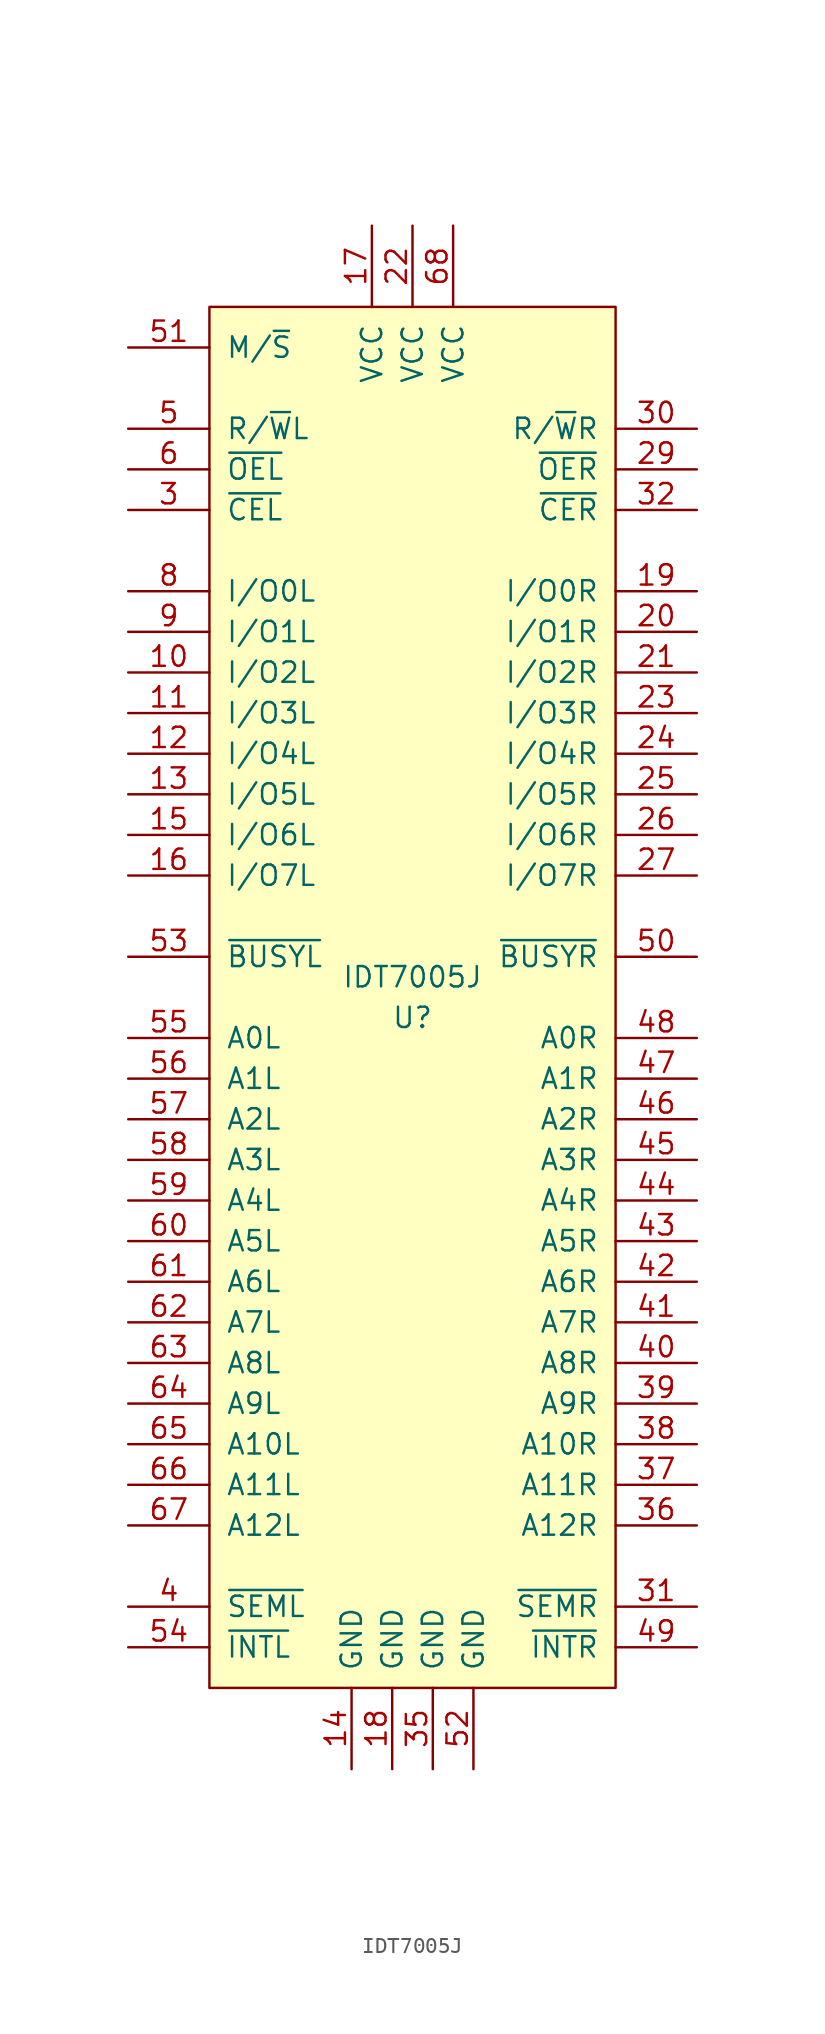
<source format=kicad_sym>
(kicad_symbol_lib
  (version 20231120)
  (generator "kicad_symbol_editor")
  (generator_version "8.0")
  (symbol "IDT7005J"
    (pin_names
      (offset 1.016))
    (property "Reference" "U"
      (at 0 -1.27 0)
      (effects (font (size 1.27 1.27))))
    (property "Value" "IDT7005J"
      (at 0 1.27 0)
      (effects (font (size 1.27 1.27))))
    (symbol "IDT7005J_0_1"
      (rectangle (start -12.7 43.18) (end 12.7 -43.18) (stroke (width 0) (type solid)) (fill (type background))))
    (symbol "IDT7005J_1_1"
      (pin bidirectional line (at -17.78 20.32 0) (length 5.08) (name "I/O2L" (effects (font (size 1.27 1.27)))) (number "10" (effects (font (size 1.27 1.27)))))
      (pin bidirectional line (at -17.78 17.78 0) (length 5.08) (name "I/O3L" (effects (font (size 1.27 1.27)))) (number "11" (effects (font (size 1.27 1.27)))))
      (pin bidirectional line (at -17.78 15.24 0) (length 5.08) (name "I/O4L" (effects (font (size 1.27 1.27)))) (number "12" (effects (font (size 1.27 1.27)))))
      (pin bidirectional line (at -17.78 12.7 0) (length 5.08) (name "I/O5L" (effects (font (size 1.27 1.27)))) (number "13" (effects (font (size 1.27 1.27)))))
      (pin power_in line (at -3.81 -48.26 90) (length 5.08) (name "GND" (effects (font (size 1.27 1.27)))) (number "14" (effects (font (size 1.27 1.27)))))
      (pin bidirectional line (at -17.78 10.16 0) (length 5.08) (name "I/O6L" (effects (font (size 1.27 1.27)))) (number "15" (effects (font (size 1.27 1.27)))))
      (pin bidirectional line (at -17.78 7.62 0) (length 5.08) (name "I/O7L" (effects (font (size 1.27 1.27)))) (number "16" (effects (font (size 1.27 1.27)))))
      (pin power_in line (at -2.54 48.26 270) (length 5.08) (name "VCC" (effects (font (size 1.27 1.27)))) (number "17" (effects (font (size 1.27 1.27)))))
      (pin power_in line (at -1.27 -48.26 90) (length 5.08) (name "GND" (effects (font (size 1.27 1.27)))) (number "18" (effects (font (size 1.27 1.27)))))
      (pin bidirectional line (at 17.78 25.4 180) (length 5.08) (name "I/O0R" (effects (font (size 1.27 1.27)))) (number "19" (effects (font (size 1.27 1.27)))))
      (pin bidirectional line (at 17.78 22.86 180) (length 5.08) (name "I/O1R" (effects (font (size 1.27 1.27)))) (number "20" (effects (font (size 1.27 1.27)))))
      (pin bidirectional line (at 17.78 20.32 180) (length 5.08) (name "I/O2R" (effects (font (size 1.27 1.27)))) (number "21" (effects (font (size 1.27 1.27)))))
      (pin power_in line (at 0 48.26 270) (length 5.08) (name "VCC" (effects (font (size 1.27 1.27)))) (number "22" (effects (font (size 1.27 1.27)))))
      (pin bidirectional line (at 17.78 17.78 180) (length 5.08) (name "I/O3R" (effects (font (size 1.27 1.27)))) (number "23" (effects (font (size 1.27 1.27)))))
      (pin bidirectional line (at 17.78 15.24 180) (length 5.08) (name "I/O4R" (effects (font (size 1.27 1.27)))) (number "24" (effects (font (size 1.27 1.27)))))
      (pin bidirectional line (at 17.78 12.7 180) (length 5.08) (name "I/O5R" (effects (font (size 1.27 1.27)))) (number "25" (effects (font (size 1.27 1.27)))))
      (pin bidirectional line (at 17.78 10.16 180) (length 5.08) (name "I/O6R" (effects (font (size 1.27 1.27)))) (number "26" (effects (font (size 1.27 1.27)))))
      (pin bidirectional line (at 17.78 7.62 180) (length 5.08) (name "I/O7R" (effects (font (size 1.27 1.27)))) (number "27" (effects (font (size 1.27 1.27)))))
      (pin input line (at 17.78 33.02 180) (length 5.08) (name "~{OER}" (effects (font (size 1.27 1.27)))) (number "29" (effects (font (size 1.27 1.27)))))
      (pin input line (at -17.78 30.48 0) (length 5.08) (name "~{CEL}" (effects (font (size 1.27 1.27)))) (number "3" (effects (font (size 1.27 1.27)))))
      (pin input line (at 17.78 35.56 180) (length 5.08) (name "R/~{W}R" (effects (font (size 1.27 1.27)))) (number "30" (effects (font (size 1.27 1.27)))))
      (pin input line (at 17.78 -38.1 180) (length 5.08) (name "~{SEMR}" (effects (font (size 1.27 1.27)))) (number "31" (effects (font (size 1.27 1.27)))))
      (pin input line (at 17.78 30.48 180) (length 5.08) (name "~{CER}" (effects (font (size 1.27 1.27)))) (number "32" (effects (font (size 1.27 1.27)))))
      (pin power_in line (at 1.27 -48.26 90) (length 5.08) (name "GND" (effects (font (size 1.27 1.27)))) (number "35" (effects (font (size 1.27 1.27)))))
      (pin input line (at 17.78 -33.02 180) (length 5.08) (name "A12R" (effects (font (size 1.27 1.27)))) (number "36" (effects (font (size 1.27 1.27)))))
      (pin input line (at 17.78 -30.48 180) (length 5.08) (name "A11R" (effects (font (size 1.27 1.27)))) (number "37" (effects (font (size 1.27 1.27)))))
      (pin input line (at 17.78 -27.94 180) (length 5.08) (name "A10R" (effects (font (size 1.27 1.27)))) (number "38" (effects (font (size 1.27 1.27)))))
      (pin input line (at 17.78 -25.4 180) (length 5.08) (name "A9R" (effects (font (size 1.27 1.27)))) (number "39" (effects (font (size 1.27 1.27)))))
      (pin input line (at -17.78 -38.1 0) (length 5.08) (name "~{SEML}" (effects (font (size 1.27 1.27)))) (number "4" (effects (font (size 1.27 1.27)))))
      (pin input line (at 17.78 -22.86 180) (length 5.08) (name "A8R" (effects (font (size 1.27 1.27)))) (number "40" (effects (font (size 1.27 1.27)))))
      (pin input line (at 17.78 -20.32 180) (length 5.08) (name "A7R" (effects (font (size 1.27 1.27)))) (number "41" (effects (font (size 1.27 1.27)))))
      (pin input line (at 17.78 -17.78 180) (length 5.08) (name "A6R" (effects (font (size 1.27 1.27)))) (number "42" (effects (font (size 1.27 1.27)))))
      (pin input line (at 17.78 -15.24 180) (length 5.08) (name "A5R" (effects (font (size 1.27 1.27)))) (number "43" (effects (font (size 1.27 1.27)))))
      (pin input line (at 17.78 -12.7 180) (length 5.08) (name "A4R" (effects (font (size 1.27 1.27)))) (number "44" (effects (font (size 1.27 1.27)))))
      (pin input line (at 17.78 -10.16 180) (length 5.08) (name "A3R" (effects (font (size 1.27 1.27)))) (number "45" (effects (font (size 1.27 1.27)))))
      (pin input line (at 17.78 -7.62 180) (length 5.08) (name "A2R" (effects (font (size 1.27 1.27)))) (number "46" (effects (font (size 1.27 1.27)))))
      (pin input line (at 17.78 -5.08 180) (length 5.08) (name "A1R" (effects (font (size 1.27 1.27)))) (number "47" (effects (font (size 1.27 1.27)))))
      (pin input line (at 17.78 -2.54 180) (length 5.08) (name "A0R" (effects (font (size 1.27 1.27)))) (number "48" (effects (font (size 1.27 1.27)))))
      (pin output line (at 17.78 -40.64 180) (length 5.08) (name "~{INTR}" (effects (font (size 1.27 1.27)))) (number "49" (effects (font (size 1.27 1.27)))))
      (pin input line (at -17.78 35.56 0) (length 5.08) (name "R/~{W}L" (effects (font (size 1.27 1.27)))) (number "5" (effects (font (size 1.27 1.27)))))
      (pin bidirectional line (at 17.78 2.54 180) (length 5.08) (name "~{BUSYR}" (effects (font (size 1.27 1.27)))) (number "50" (effects (font (size 1.27 1.27)))))
      (pin input line (at -17.78 40.64 0) (length 5.08) (name "M/~{S}" (effects (font (size 1.27 1.27)))) (number "51" (effects (font (size 1.27 1.27)))))
      (pin power_in line (at 3.81 -48.26 90) (length 5.08) (name "GND" (effects (font (size 1.27 1.27)))) (number "52" (effects (font (size 1.27 1.27)))))
      (pin bidirectional line (at -17.78 2.54 0) (length 5.08) (name "~{BUSYL}" (effects (font (size 1.27 1.27)))) (number "53" (effects (font (size 1.27 1.27)))))
      (pin output line (at -17.78 -40.64 0) (length 5.08) (name "~{INTL}" (effects (font (size 1.27 1.27)))) (number "54" (effects (font (size 1.27 1.27)))))
      (pin input line (at -17.78 -2.54 0) (length 5.08) (name "A0L" (effects (font (size 1.27 1.27)))) (number "55" (effects (font (size 1.27 1.27)))))
      (pin input line (at -17.78 -5.08 0) (length 5.08) (name "A1L" (effects (font (size 1.27 1.27)))) (number "56" (effects (font (size 1.27 1.27)))))
      (pin input line (at -17.78 -7.62 0) (length 5.08) (name "A2L" (effects (font (size 1.27 1.27)))) (number "57" (effects (font (size 1.27 1.27)))))
      (pin input line (at -17.78 -10.16 0) (length 5.08) (name "A3L" (effects (font (size 1.27 1.27)))) (number "58" (effects (font (size 1.27 1.27)))))
      (pin input line (at -17.78 -12.7 0) (length 5.08) (name "A4L" (effects (font (size 1.27 1.27)))) (number "59" (effects (font (size 1.27 1.27)))))
      (pin input line (at -17.78 33.02 0) (length 5.08) (name "~{OEL}" (effects (font (size 1.27 1.27)))) (number "6" (effects (font (size 1.27 1.27)))))
      (pin input line (at -17.78 -15.24 0) (length 5.08) (name "A5L" (effects (font (size 1.27 1.27)))) (number "60" (effects (font (size 1.27 1.27)))))
      (pin input line (at -17.78 -17.78 0) (length 5.08) (name "A6L" (effects (font (size 1.27 1.27)))) (number "61" (effects (font (size 1.27 1.27)))))
      (pin input line (at -17.78 -20.32 0) (length 5.08) (name "A7L" (effects (font (size 1.27 1.27)))) (number "62" (effects (font (size 1.27 1.27)))))
      (pin input line (at -17.78 -22.86 0) (length 5.08) (name "A8L" (effects (font (size 1.27 1.27)))) (number "63" (effects (font (size 1.27 1.27)))))
      (pin input line (at -17.78 -25.4 0) (length 5.08) (name "A9L" (effects (font (size 1.27 1.27)))) (number "64" (effects (font (size 1.27 1.27)))))
      (pin input line (at -17.78 -27.94 0) (length 5.08) (name "A10L" (effects (font (size 1.27 1.27)))) (number "65" (effects (font (size 1.27 1.27)))))
      (pin input line (at -17.78 -30.48 0) (length 5.08) (name "A11L" (effects (font (size 1.27 1.27)))) (number "66" (effects (font (size 1.27 1.27)))))
      (pin input line (at -17.78 -33.02 0) (length 5.08) (name "A12L" (effects (font (size 1.27 1.27)))) (number "67" (effects (font (size 1.27 1.27)))))
      (pin power_in line (at 2.54 48.26 270) (length 5.08) (name "VCC" (effects (font (size 1.27 1.27)))) (number "68" (effects (font (size 1.27 1.27)))))
      (pin bidirectional line (at -17.78 25.4 0) (length 5.08) (name "I/O0L" (effects (font (size 1.27 1.27)))) (number "8" (effects (font (size 1.27 1.27)))))
      (pin bidirectional line (at -17.78 22.86 0) (length 5.08) (name "I/O1L" (effects (font (size 1.27 1.27)))) (number "9" (effects (font (size 1.27 1.27))))))))
</source>
